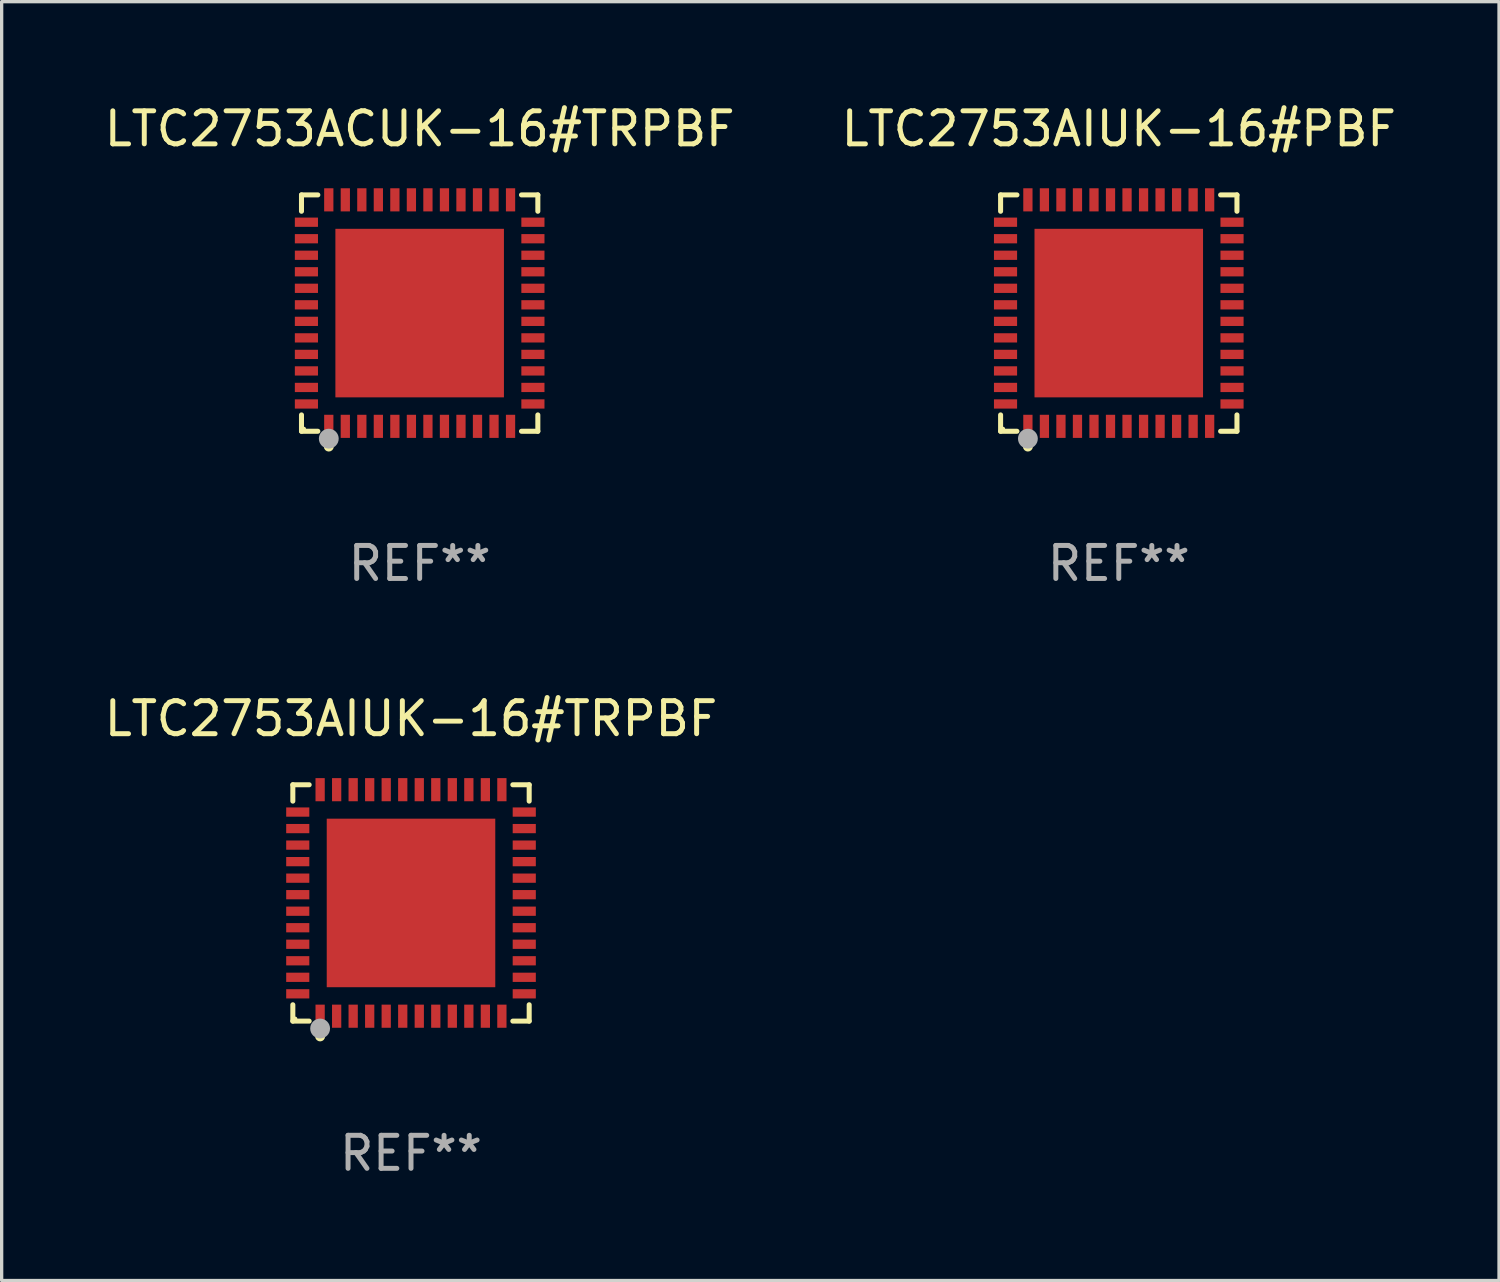
<source format=kicad_pcb>
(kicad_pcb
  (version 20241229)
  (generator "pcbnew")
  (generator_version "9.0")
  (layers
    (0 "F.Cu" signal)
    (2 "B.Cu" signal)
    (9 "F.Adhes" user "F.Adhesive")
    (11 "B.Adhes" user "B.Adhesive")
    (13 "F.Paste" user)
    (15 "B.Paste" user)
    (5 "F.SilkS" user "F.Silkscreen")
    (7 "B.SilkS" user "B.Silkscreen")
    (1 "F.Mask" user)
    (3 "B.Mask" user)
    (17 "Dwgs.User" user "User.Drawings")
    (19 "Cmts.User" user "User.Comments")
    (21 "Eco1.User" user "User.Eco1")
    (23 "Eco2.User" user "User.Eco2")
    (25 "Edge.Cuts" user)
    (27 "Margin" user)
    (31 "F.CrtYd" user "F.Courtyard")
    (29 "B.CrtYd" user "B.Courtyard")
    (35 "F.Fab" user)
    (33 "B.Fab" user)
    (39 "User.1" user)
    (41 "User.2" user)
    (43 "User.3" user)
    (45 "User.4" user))
  (footprint "LTC2753ACUK-16#TRPBF"
    (layer "F.Cu")
    (at 9.649 6.424)
    (property "Reference" "LTC2753ACUK-16#TRPBF" (at 0 -5.576 0) (layer "F.SilkS") (effects (font (size 1 1) (thickness 0.15))))
    (attr through_hole)
    (fp_line (start -3.576 -3.576) (end -3.081 -3.576) (stroke (width 0.152) (type solid)) (layer "F.SilkS"))
    (fp_line (start -3.576 -3.081) (end -3.576 -3.576) (stroke (width 0.152) (type solid)) (layer "F.SilkS"))
    (fp_line (start -3.576 3.081) (end -3.576 3.576) (stroke (width 0.152) (type solid)) (layer "F.SilkS"))
    (fp_line (start -3.576 3.576) (end -3.081 3.576) (stroke (width 0.152) (type solid)) (layer "F.SilkS"))
    (fp_line (start 3.576 -3.576) (end 3.081 -3.576) (stroke (width 0.152) (type solid)) (layer "F.SilkS"))
    (fp_line (start 3.576 -3.081) (end 3.576 -3.576) (stroke (width 0.152) (type solid)) (layer "F.SilkS"))
    (fp_line (start 3.576 3.081) (end 3.576 3.576) (stroke (width 0.152) (type solid)) (layer "F.SilkS"))
    (fp_line (start 3.576 3.576) (end 3.081 3.576) (stroke (width 0.152) (type solid)) (layer "F.SilkS"))
    (fp_circle (center -3.5 3.5) (end -3.47 3.5) (stroke (width 0.06) (type solid)) (fill no) (layer "F.SilkS"))
    (fp_circle (center -2.75 4.04) (end -2.675 4.04) (stroke (width 0.15) (type solid)) (fill no) (layer "F.SilkS"))
    (fp_circle (center -2.75 3.8) (end -2.6 3.8) (stroke (width 0.3) (type solid)) (fill no) (layer "F.Fab"))
    (fp_text user "REF**" (at 0 7.576 0) (layer "F.Fab") (effects (font (size 1 1) (thickness 0.15))))
    (pad "1" smd rect (at -2.75 3.427) (size 0.28 0.7) (layers "F.Cu" "F.Mask" "F.Paste"))
    (pad "2" smd rect (at -2.25 3.427) (size 0.28 0.7) (layers "F.Cu" "F.Mask" "F.Paste"))
    (pad "3" smd rect (at -1.75 3.427) (size 0.28 0.7) (layers "F.Cu" "F.Mask" "F.Paste"))
    (pad "4" smd rect (at -1.25 3.427) (size 0.28 0.7) (layers "F.Cu" "F.Mask" "F.Paste"))
    (pad "5" smd rect (at -0.75 3.427) (size 0.28 0.7) (layers "F.Cu" "F.Mask" "F.Paste"))
    (pad "6" smd rect (at -0.25 3.427) (size 0.28 0.7) (layers "F.Cu" "F.Mask" "F.Paste"))
    (pad "7" smd rect (at 0.25 3.427) (size 0.28 0.7) (layers "F.Cu" "F.Mask" "F.Paste"))
    (pad "8" smd rect (at 0.75 3.427) (size 0.28 0.7) (layers "F.Cu" "F.Mask" "F.Paste"))
    (pad "9" smd rect (at 1.25 3.427) (size 0.28 0.7) (layers "F.Cu" "F.Mask" "F.Paste"))
    (pad "10" smd rect (at 1.75 3.427) (size 0.28 0.7) (layers "F.Cu" "F.Mask" "F.Paste"))
    (pad "11" smd rect (at 2.25 3.427) (size 0.28 0.7) (layers "F.Cu" "F.Mask" "F.Paste"))
    (pad "12" smd rect (at 2.75 3.427) (size 0.28 0.7) (layers "F.Cu" "F.Mask" "F.Paste"))
    (pad "13" smd rect (at 3.427 2.75) (size 0.7 0.28) (layers "F.Cu" "F.Mask" "F.Paste"))
    (pad "14" smd rect (at 3.427 2.25) (size 0.7 0.28) (layers "F.Cu" "F.Mask" "F.Paste"))
    (pad "15" smd rect (at 3.427 1.75) (size 0.7 0.28) (layers "F.Cu" "F.Mask" "F.Paste"))
    (pad "16" smd rect (at 3.427 1.25) (size 0.7 0.28) (layers "F.Cu" "F.Mask" "F.Paste"))
    (pad "17" smd rect (at 3.427 0.75) (size 0.7 0.28) (layers "F.Cu" "F.Mask" "F.Paste"))
    (pad "18" smd rect (at 3.427 0.25) (size 0.7 0.28) (layers "F.Cu" "F.Mask" "F.Paste"))
    (pad "19" smd rect (at 3.427 -0.25) (size 0.7 0.28) (layers "F.Cu" "F.Mask" "F.Paste"))
    (pad "20" smd rect (at 3.427 -0.75) (size 0.7 0.28) (layers "F.Cu" "F.Mask" "F.Paste"))
    (pad "21" smd rect (at 3.427 -1.25) (size 0.7 0.28) (layers "F.Cu" "F.Mask" "F.Paste"))
    (pad "22" smd rect (at 3.427 -1.75) (size 0.7 0.28) (layers "F.Cu" "F.Mask" "F.Paste"))
    (pad "23" smd rect (at 3.427 -2.25) (size 0.7 0.28) (layers "F.Cu" "F.Mask" "F.Paste"))
    (pad "24" smd rect (at 3.427 -2.75) (size 0.7 0.28) (layers "F.Cu" "F.Mask" "F.Paste"))
    (pad "25" smd rect (at 2.75 -3.427) (size 0.28 0.7) (layers "F.Cu" "F.Mask" "F.Paste"))
    (pad "26" smd rect (at 2.25 -3.427) (size 0.28 0.7) (layers "F.Cu" "F.Mask" "F.Paste"))
    (pad "27" smd rect (at 1.75 -3.427) (size 0.28 0.7) (layers "F.Cu" "F.Mask" "F.Paste"))
    (pad "28" smd rect (at 1.25 -3.427) (size 0.28 0.7) (layers "F.Cu" "F.Mask" "F.Paste"))
    (pad "29" smd rect (at 0.75 -3.427) (size 0.28 0.7) (layers "F.Cu" "F.Mask" "F.Paste"))
    (pad "30" smd rect (at 0.25 -3.427) (size 0.28 0.7) (layers "F.Cu" "F.Mask" "F.Paste"))
    (pad "31" smd rect (at -0.25 -3.427) (size 0.28 0.7) (layers "F.Cu" "F.Mask" "F.Paste"))
    (pad "32" smd rect (at -0.75 -3.427) (size 0.28 0.7) (layers "F.Cu" "F.Mask" "F.Paste"))
    (pad "33" smd rect (at -1.25 -3.427) (size 0.28 0.7) (layers "F.Cu" "F.Mask" "F.Paste"))
    (pad "34" smd rect (at -1.75 -3.427) (size 0.28 0.7) (layers "F.Cu" "F.Mask" "F.Paste"))
    (pad "35" smd rect (at -2.25 -3.427) (size 0.28 0.7) (layers "F.Cu" "F.Mask" "F.Paste"))
    (pad "36" smd rect (at -2.75 -3.427) (size 0.28 0.7) (layers "F.Cu" "F.Mask" "F.Paste"))
    (pad "37" smd rect (at -3.427 -2.75) (size 0.7 0.28) (layers "F.Cu" "F.Mask" "F.Paste"))
    (pad "38" smd rect (at -3.427 -2.25) (size 0.7 0.28) (layers "F.Cu" "F.Mask" "F.Paste"))
    (pad "39" smd rect (at -3.427 -1.75) (size 0.7 0.28) (layers "F.Cu" "F.Mask" "F.Paste"))
    (pad "40" smd rect (at -3.427 -1.25) (size 0.7 0.28) (layers "F.Cu" "F.Mask" "F.Paste"))
    (pad "41" smd rect (at -3.427 -0.75) (size 0.7 0.28) (layers "F.Cu" "F.Mask" "F.Paste"))
    (pad "42" smd rect (at -3.427 -0.25) (size 0.7 0.28) (layers "F.Cu" "F.Mask" "F.Paste"))
    (pad "43" smd rect (at -3.427 0.25) (size 0.7 0.28) (layers "F.Cu" "F.Mask" "F.Paste"))
    (pad "44" smd rect (at -3.427 0.75) (size 0.7 0.28) (layers "F.Cu" "F.Mask" "F.Paste"))
    (pad "45" smd rect (at -3.427 1.25) (size 0.7 0.28) (layers "F.Cu" "F.Mask" "F.Paste"))
    (pad "46" smd rect (at -3.427 1.75) (size 0.7 0.28) (layers "F.Cu" "F.Mask" "F.Paste"))
    (pad "47" smd rect (at -3.427 2.25) (size 0.7 0.28) (layers "F.Cu" "F.Mask" "F.Paste"))
    (pad "48" smd rect (at -3.427 2.75) (size 0.7 0.28) (layers "F.Cu" "F.Mask" "F.Paste"))
    (pad "49" smd rect (at 0 0) (size 5.1 5.1) (layers "F.Cu" "F.Mask" "F.Paste")))
  (footprint "LTC2753AIUK-16#PBF"
    (layer "F.Cu")
    (at 30.804 6.424)
    (property "Reference" "LTC2753AIUK-16#PBF" (at 0 -5.576 0) (layer "F.SilkS") (effects (font (size 1 1) (thickness 0.15))))
    (attr through_hole)
    (fp_line (start -3.576 -3.576) (end -3.081 -3.576) (stroke (width 0.152) (type solid)) (layer "F.SilkS"))
    (fp_line (start -3.576 -3.081) (end -3.576 -3.576) (stroke (width 0.152) (type solid)) (layer "F.SilkS"))
    (fp_line (start -3.576 3.081) (end -3.576 3.576) (stroke (width 0.152) (type solid)) (layer "F.SilkS"))
    (fp_line (start -3.576 3.576) (end -3.081 3.576) (stroke (width 0.152) (type solid)) (layer "F.SilkS"))
    (fp_line (start 3.576 -3.576) (end 3.081 -3.576) (stroke (width 0.152) (type solid)) (layer "F.SilkS"))
    (fp_line (start 3.576 -3.081) (end 3.576 -3.576) (stroke (width 0.152) (type solid)) (layer "F.SilkS"))
    (fp_line (start 3.576 3.081) (end 3.576 3.576) (stroke (width 0.152) (type solid)) (layer "F.SilkS"))
    (fp_line (start 3.576 3.576) (end 3.081 3.576) (stroke (width 0.152) (type solid)) (layer "F.SilkS"))
    (fp_circle (center -3.5 3.5) (end -3.47 3.5) (stroke (width 0.06) (type solid)) (fill no) (layer "F.SilkS"))
    (fp_circle (center -2.75 4.04) (end -2.675 4.04) (stroke (width 0.15) (type solid)) (fill no) (layer "F.SilkS"))
    (fp_circle (center -2.75 3.8) (end -2.6 3.8) (stroke (width 0.3) (type solid)) (fill no) (layer "F.Fab"))
    (fp_text user "REF**" (at 0 7.576 0) (layer "F.Fab") (effects (font (size 1 1) (thickness 0.15))))
    (pad "1" smd rect (at -2.75 3.427) (size 0.28 0.7) (layers "F.Cu" "F.Mask" "F.Paste"))
    (pad "2" smd rect (at -2.25 3.427) (size 0.28 0.7) (layers "F.Cu" "F.Mask" "F.Paste"))
    (pad "3" smd rect (at -1.75 3.427) (size 0.28 0.7) (layers "F.Cu" "F.Mask" "F.Paste"))
    (pad "4" smd rect (at -1.25 3.427) (size 0.28 0.7) (layers "F.Cu" "F.Mask" "F.Paste"))
    (pad "5" smd rect (at -0.75 3.427) (size 0.28 0.7) (layers "F.Cu" "F.Mask" "F.Paste"))
    (pad "6" smd rect (at -0.25 3.427) (size 0.28 0.7) (layers "F.Cu" "F.Mask" "F.Paste"))
    (pad "7" smd rect (at 0.25 3.427) (size 0.28 0.7) (layers "F.Cu" "F.Mask" "F.Paste"))
    (pad "8" smd rect (at 0.75 3.427) (size 0.28 0.7) (layers "F.Cu" "F.Mask" "F.Paste"))
    (pad "9" smd rect (at 1.25 3.427) (size 0.28 0.7) (layers "F.Cu" "F.Mask" "F.Paste"))
    (pad "10" smd rect (at 1.75 3.427) (size 0.28 0.7) (layers "F.Cu" "F.Mask" "F.Paste"))
    (pad "11" smd rect (at 2.25 3.427) (size 0.28 0.7) (layers "F.Cu" "F.Mask" "F.Paste"))
    (pad "12" smd rect (at 2.75 3.427) (size 0.28 0.7) (layers "F.Cu" "F.Mask" "F.Paste"))
    (pad "13" smd rect (at 3.427 2.75) (size 0.7 0.28) (layers "F.Cu" "F.Mask" "F.Paste"))
    (pad "14" smd rect (at 3.427 2.25) (size 0.7 0.28) (layers "F.Cu" "F.Mask" "F.Paste"))
    (pad "15" smd rect (at 3.427 1.75) (size 0.7 0.28) (layers "F.Cu" "F.Mask" "F.Paste"))
    (pad "16" smd rect (at 3.427 1.25) (size 0.7 0.28) (layers "F.Cu" "F.Mask" "F.Paste"))
    (pad "17" smd rect (at 3.427 0.75) (size 0.7 0.28) (layers "F.Cu" "F.Mask" "F.Paste"))
    (pad "18" smd rect (at 3.427 0.25) (size 0.7 0.28) (layers "F.Cu" "F.Mask" "F.Paste"))
    (pad "19" smd rect (at 3.427 -0.25) (size 0.7 0.28) (layers "F.Cu" "F.Mask" "F.Paste"))
    (pad "20" smd rect (at 3.427 -0.75) (size 0.7 0.28) (layers "F.Cu" "F.Mask" "F.Paste"))
    (pad "21" smd rect (at 3.427 -1.25) (size 0.7 0.28) (layers "F.Cu" "F.Mask" "F.Paste"))
    (pad "22" smd rect (at 3.427 -1.75) (size 0.7 0.28) (layers "F.Cu" "F.Mask" "F.Paste"))
    (pad "23" smd rect (at 3.427 -2.25) (size 0.7 0.28) (layers "F.Cu" "F.Mask" "F.Paste"))
    (pad "24" smd rect (at 3.427 -2.75) (size 0.7 0.28) (layers "F.Cu" "F.Mask" "F.Paste"))
    (pad "25" smd rect (at 2.75 -3.427) (size 0.28 0.7) (layers "F.Cu" "F.Mask" "F.Paste"))
    (pad "26" smd rect (at 2.25 -3.427) (size 0.28 0.7) (layers "F.Cu" "F.Mask" "F.Paste"))
    (pad "27" smd rect (at 1.75 -3.427) (size 0.28 0.7) (layers "F.Cu" "F.Mask" "F.Paste"))
    (pad "28" smd rect (at 1.25 -3.427) (size 0.28 0.7) (layers "F.Cu" "F.Mask" "F.Paste"))
    (pad "29" smd rect (at 0.75 -3.427) (size 0.28 0.7) (layers "F.Cu" "F.Mask" "F.Paste"))
    (pad "30" smd rect (at 0.25 -3.427) (size 0.28 0.7) (layers "F.Cu" "F.Mask" "F.Paste"))
    (pad "31" smd rect (at -0.25 -3.427) (size 0.28 0.7) (layers "F.Cu" "F.Mask" "F.Paste"))
    (pad "32" smd rect (at -0.75 -3.427) (size 0.28 0.7) (layers "F.Cu" "F.Mask" "F.Paste"))
    (pad "33" smd rect (at -1.25 -3.427) (size 0.28 0.7) (layers "F.Cu" "F.Mask" "F.Paste"))
    (pad "34" smd rect (at -1.75 -3.427) (size 0.28 0.7) (layers "F.Cu" "F.Mask" "F.Paste"))
    (pad "35" smd rect (at -2.25 -3.427) (size 0.28 0.7) (layers "F.Cu" "F.Mask" "F.Paste"))
    (pad "36" smd rect (at -2.75 -3.427) (size 0.28 0.7) (layers "F.Cu" "F.Mask" "F.Paste"))
    (pad "37" smd rect (at -3.427 -2.75) (size 0.7 0.28) (layers "F.Cu" "F.Mask" "F.Paste"))
    (pad "38" smd rect (at -3.427 -2.25) (size 0.7 0.28) (layers "F.Cu" "F.Mask" "F.Paste"))
    (pad "39" smd rect (at -3.427 -1.75) (size 0.7 0.28) (layers "F.Cu" "F.Mask" "F.Paste"))
    (pad "40" smd rect (at -3.427 -1.25) (size 0.7 0.28) (layers "F.Cu" "F.Mask" "F.Paste"))
    (pad "41" smd rect (at -3.427 -0.75) (size 0.7 0.28) (layers "F.Cu" "F.Mask" "F.Paste"))
    (pad "42" smd rect (at -3.427 -0.25) (size 0.7 0.28) (layers "F.Cu" "F.Mask" "F.Paste"))
    (pad "43" smd rect (at -3.427 0.25) (size 0.7 0.28) (layers "F.Cu" "F.Mask" "F.Paste"))
    (pad "44" smd rect (at -3.427 0.75) (size 0.7 0.28) (layers "F.Cu" "F.Mask" "F.Paste"))
    (pad "45" smd rect (at -3.427 1.25) (size 0.7 0.28) (layers "F.Cu" "F.Mask" "F.Paste"))
    (pad "46" smd rect (at -3.427 1.75) (size 0.7 0.28) (layers "F.Cu" "F.Mask" "F.Paste"))
    (pad "47" smd rect (at -3.427 2.25) (size 0.7 0.28) (layers "F.Cu" "F.Mask" "F.Paste"))
    (pad "48" smd rect (at -3.427 2.75) (size 0.7 0.28) (layers "F.Cu" "F.Mask" "F.Paste"))
    (pad "49" smd rect (at 0 0) (size 5.1 5.1) (layers "F.Cu" "F.Mask" "F.Paste")))
  (footprint "LTC2753AIUK-16#TRPBF"
    (layer "F.Cu")
    (at 9.387 24.273)
    (property "Reference" "LTC2753AIUK-16#TRPBF" (at 0 -5.576 0) (layer "F.SilkS") (effects (font (size 1 1) (thickness 0.15))))
    (attr through_hole)
    (fp_line (start -3.576 -3.576) (end -3.081 -3.576) (stroke (width 0.152) (type solid)) (layer "F.SilkS"))
    (fp_line (start -3.576 -3.081) (end -3.576 -3.576) (stroke (width 0.152) (type solid)) (layer "F.SilkS"))
    (fp_line (start -3.576 3.081) (end -3.576 3.576) (stroke (width 0.152) (type solid)) (layer "F.SilkS"))
    (fp_line (start -3.576 3.576) (end -3.081 3.576) (stroke (width 0.152) (type solid)) (layer "F.SilkS"))
    (fp_line (start 3.576 -3.576) (end 3.081 -3.576) (stroke (width 0.152) (type solid)) (layer "F.SilkS"))
    (fp_line (start 3.576 -3.081) (end 3.576 -3.576) (stroke (width 0.152) (type solid)) (layer "F.SilkS"))
    (fp_line (start 3.576 3.081) (end 3.576 3.576) (stroke (width 0.152) (type solid)) (layer "F.SilkS"))
    (fp_line (start 3.576 3.576) (end 3.081 3.576) (stroke (width 0.152) (type solid)) (layer "F.SilkS"))
    (fp_circle (center -3.5 3.5) (end -3.47 3.5) (stroke (width 0.06) (type solid)) (fill no) (layer "F.SilkS"))
    (fp_circle (center -2.75 4.04) (end -2.675 4.04) (stroke (width 0.15) (type solid)) (fill no) (layer "F.SilkS"))
    (fp_circle (center -2.75 3.8) (end -2.6 3.8) (stroke (width 0.3) (type solid)) (fill no) (layer "F.Fab"))
    (fp_text user "REF**" (at 0 7.576 0) (layer "F.Fab") (effects (font (size 1 1) (thickness 0.15))))
    (pad "1" smd rect (at -2.75 3.427) (size 0.28 0.7) (layers "F.Cu" "F.Mask" "F.Paste"))
    (pad "2" smd rect (at -2.25 3.427) (size 0.28 0.7) (layers "F.Cu" "F.Mask" "F.Paste"))
    (pad "3" smd rect (at -1.75 3.427) (size 0.28 0.7) (layers "F.Cu" "F.Mask" "F.Paste"))
    (pad "4" smd rect (at -1.25 3.427) (size 0.28 0.7) (layers "F.Cu" "F.Mask" "F.Paste"))
    (pad "5" smd rect (at -0.75 3.427) (size 0.28 0.7) (layers "F.Cu" "F.Mask" "F.Paste"))
    (pad "6" smd rect (at -0.25 3.427) (size 0.28 0.7) (layers "F.Cu" "F.Mask" "F.Paste"))
    (pad "7" smd rect (at 0.25 3.427) (size 0.28 0.7) (layers "F.Cu" "F.Mask" "F.Paste"))
    (pad "8" smd rect (at 0.75 3.427) (size 0.28 0.7) (layers "F.Cu" "F.Mask" "F.Paste"))
    (pad "9" smd rect (at 1.25 3.427) (size 0.28 0.7) (layers "F.Cu" "F.Mask" "F.Paste"))
    (pad "10" smd rect (at 1.75 3.427) (size 0.28 0.7) (layers "F.Cu" "F.Mask" "F.Paste"))
    (pad "11" smd rect (at 2.25 3.427) (size 0.28 0.7) (layers "F.Cu" "F.Mask" "F.Paste"))
    (pad "12" smd rect (at 2.75 3.427) (size 0.28 0.7) (layers "F.Cu" "F.Mask" "F.Paste"))
    (pad "13" smd rect (at 3.427 2.75) (size 0.7 0.28) (layers "F.Cu" "F.Mask" "F.Paste"))
    (pad "14" smd rect (at 3.427 2.25) (size 0.7 0.28) (layers "F.Cu" "F.Mask" "F.Paste"))
    (pad "15" smd rect (at 3.427 1.75) (size 0.7 0.28) (layers "F.Cu" "F.Mask" "F.Paste"))
    (pad "16" smd rect (at 3.427 1.25) (size 0.7 0.28) (layers "F.Cu" "F.Mask" "F.Paste"))
    (pad "17" smd rect (at 3.427 0.75) (size 0.7 0.28) (layers "F.Cu" "F.Mask" "F.Paste"))
    (pad "18" smd rect (at 3.427 0.25) (size 0.7 0.28) (layers "F.Cu" "F.Mask" "F.Paste"))
    (pad "19" smd rect (at 3.427 -0.25) (size 0.7 0.28) (layers "F.Cu" "F.Mask" "F.Paste"))
    (pad "20" smd rect (at 3.427 -0.75) (size 0.7 0.28) (layers "F.Cu" "F.Mask" "F.Paste"))
    (pad "21" smd rect (at 3.427 -1.25) (size 0.7 0.28) (layers "F.Cu" "F.Mask" "F.Paste"))
    (pad "22" smd rect (at 3.427 -1.75) (size 0.7 0.28) (layers "F.Cu" "F.Mask" "F.Paste"))
    (pad "23" smd rect (at 3.427 -2.25) (size 0.7 0.28) (layers "F.Cu" "F.Mask" "F.Paste"))
    (pad "24" smd rect (at 3.427 -2.75) (size 0.7 0.28) (layers "F.Cu" "F.Mask" "F.Paste"))
    (pad "25" smd rect (at 2.75 -3.427) (size 0.28 0.7) (layers "F.Cu" "F.Mask" "F.Paste"))
    (pad "26" smd rect (at 2.25 -3.427) (size 0.28 0.7) (layers "F.Cu" "F.Mask" "F.Paste"))
    (pad "27" smd rect (at 1.75 -3.427) (size 0.28 0.7) (layers "F.Cu" "F.Mask" "F.Paste"))
    (pad "28" smd rect (at 1.25 -3.427) (size 0.28 0.7) (layers "F.Cu" "F.Mask" "F.Paste"))
    (pad "29" smd rect (at 0.75 -3.427) (size 0.28 0.7) (layers "F.Cu" "F.Mask" "F.Paste"))
    (pad "30" smd rect (at 0.25 -3.427) (size 0.28 0.7) (layers "F.Cu" "F.Mask" "F.Paste"))
    (pad "31" smd rect (at -0.25 -3.427) (size 0.28 0.7) (layers "F.Cu" "F.Mask" "F.Paste"))
    (pad "32" smd rect (at -0.75 -3.427) (size 0.28 0.7) (layers "F.Cu" "F.Mask" "F.Paste"))
    (pad "33" smd rect (at -1.25 -3.427) (size 0.28 0.7) (layers "F.Cu" "F.Mask" "F.Paste"))
    (pad "34" smd rect (at -1.75 -3.427) (size 0.28 0.7) (layers "F.Cu" "F.Mask" "F.Paste"))
    (pad "35" smd rect (at -2.25 -3.427) (size 0.28 0.7) (layers "F.Cu" "F.Mask" "F.Paste"))
    (pad "36" smd rect (at -2.75 -3.427) (size 0.28 0.7) (layers "F.Cu" "F.Mask" "F.Paste"))
    (pad "37" smd rect (at -3.427 -2.75) (size 0.7 0.28) (layers "F.Cu" "F.Mask" "F.Paste"))
    (pad "38" smd rect (at -3.427 -2.25) (size 0.7 0.28) (layers "F.Cu" "F.Mask" "F.Paste"))
    (pad "39" smd rect (at -3.427 -1.75) (size 0.7 0.28) (layers "F.Cu" "F.Mask" "F.Paste"))
    (pad "40" smd rect (at -3.427 -1.25) (size 0.7 0.28) (layers "F.Cu" "F.Mask" "F.Paste"))
    (pad "41" smd rect (at -3.427 -0.75) (size 0.7 0.28) (layers "F.Cu" "F.Mask" "F.Paste"))
    (pad "42" smd rect (at -3.427 -0.25) (size 0.7 0.28) (layers "F.Cu" "F.Mask" "F.Paste"))
    (pad "43" smd rect (at -3.427 0.25) (size 0.7 0.28) (layers "F.Cu" "F.Mask" "F.Paste"))
    (pad "44" smd rect (at -3.427 0.75) (size 0.7 0.28) (layers "F.Cu" "F.Mask" "F.Paste"))
    (pad "45" smd rect (at -3.427 1.25) (size 0.7 0.28) (layers "F.Cu" "F.Mask" "F.Paste"))
    (pad "46" smd rect (at -3.427 1.75) (size 0.7 0.28) (layers "F.Cu" "F.Mask" "F.Paste"))
    (pad "47" smd rect (at -3.427 2.25) (size 0.7 0.28) (layers "F.Cu" "F.Mask" "F.Paste"))
    (pad "48" smd rect (at -3.427 2.75) (size 0.7 0.28) (layers "F.Cu" "F.Mask" "F.Paste"))
    (pad "49" smd rect (at 0 0) (size 5.1 5.1) (layers "F.Cu" "F.Mask" "F.Paste")))
  (gr_rect
    (start -3 -3)
    (end 42.31 35.698)
    (stroke (width 0.1) (type default))
    (fill no)
    (layer "Edge.Cuts")))
</source>
